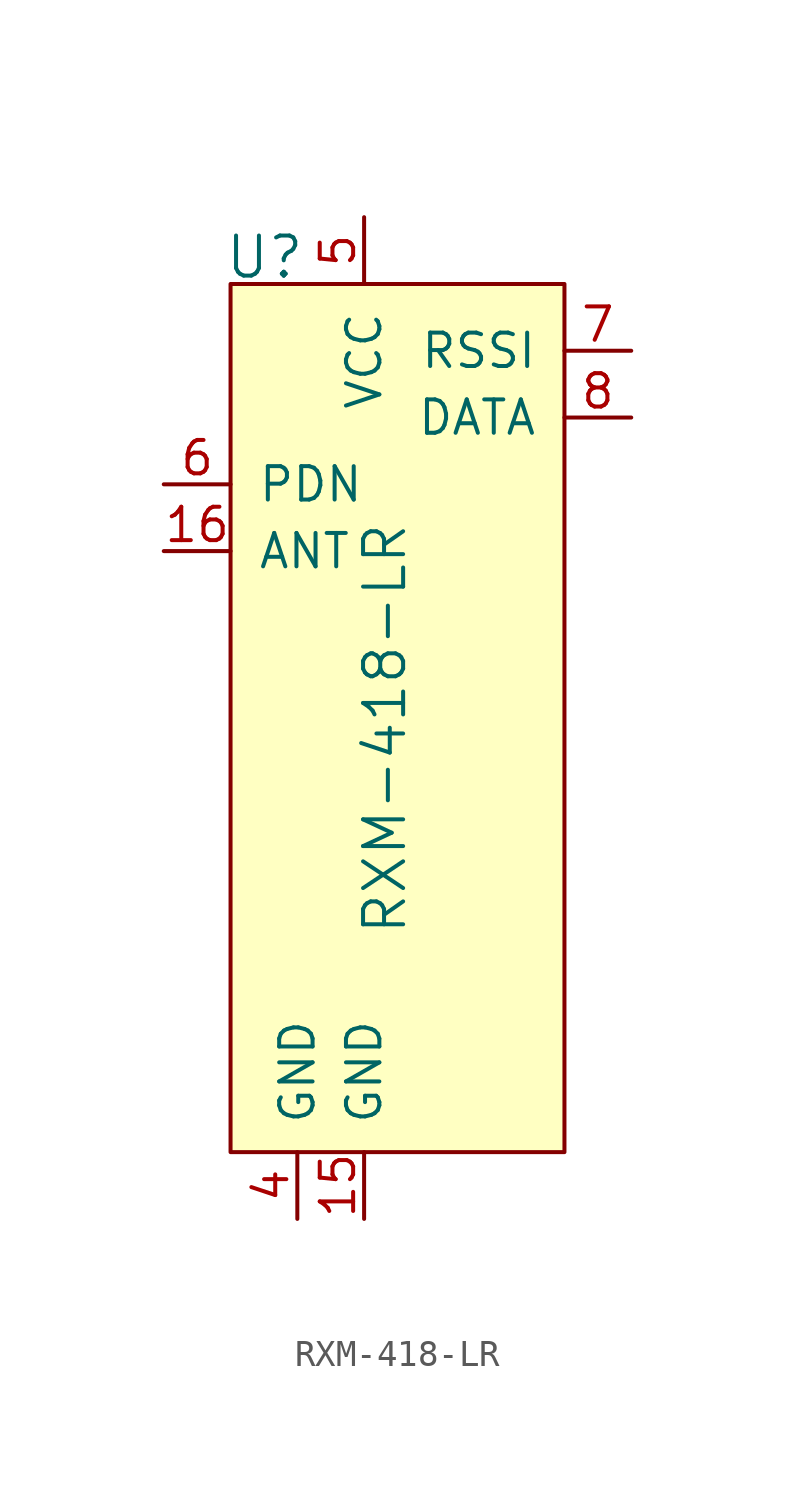
<source format=kicad_sym>
(kicad_symbol_lib
  (version 20201005)
  (generator kicad_symbol_editor)
  (symbol "RXM-418-LR"
    (pin_names
      (offset 1.016))
    (property "Reference" "U"
      (at -5.334 18.796 0)
      (effects (font (size 1.524 1.524)) (justify left)))
    (property "Value" "RXM-418-LR"
      (at 0.787 0.864 90)
      (effects (font (size 1.524 1.524))))
    (symbol "RXM-418-LR_1_1"
      (rectangle (start -5.08 17.78) (end 7.62 -15.24) (stroke (width 0)) (fill (type background)))
      (pin no_connect line (at 7.62 10.16 180) (length 2.54) hide (name "NC" (effects (font (size 1.27 1.27)))) (number "1" (effects (font (size 1.27 1.27)))))
      (pin no_connect line (at 7.62 7.62 180) (length 2.54) hide (name "NC" (effects (font (size 1.27 1.27)))) (number "2" (effects (font (size 1.27 1.27)))))
      (pin no_connect line (at 7.62 5.08 180) (length 2.54) hide (name "NC" (effects (font (size 1.27 1.27)))) (number "3" (effects (font (size 1.27 1.27)))))
      (pin power_in line (at -2.54 -17.78 90) (length 2.54) (name "GND" (effects (font (size 1.27 1.27)))) (number "4" (effects (font (size 1.27 1.27)))))
      (pin power_in line (at 0 20.32 270) (length 2.54) (name "VCC" (effects (font (size 1.27 1.27)))) (number "5" (effects (font (size 1.27 1.27)))))
      (pin input line (at -7.62 10.16 0) (length 2.54) (name "PDN" (effects (font (size 1.27 1.27)))) (number "6" (effects (font (size 1.27 1.27)))))
      (pin output line (at 10.16 15.24 180) (length 2.54) (name "RSSI" (effects (font (size 1.27 1.27)))) (number "7" (effects (font (size 1.27 1.27)))))
      (pin output line (at 10.16 12.7 180) (length 2.54) (name "DATA" (effects (font (size 1.27 1.27)))) (number "8" (effects (font (size 1.27 1.27)))))
      (pin no_connect line (at 7.62 2.54 180) (length 2.54) hide (name "NC" (effects (font (size 1.27 1.27)))) (number "9" (effects (font (size 1.27 1.27)))))
      (pin no_connect line (at 7.62 0 180) (length 2.54) hide (name "NC" (effects (font (size 1.27 1.27)))) (number "10" (effects (font (size 1.27 1.27)))))
      (pin no_connect line (at 7.62 -2.54 180) (length 2.54) hide (name "NC" (effects (font (size 1.27 1.27)))) (number "11" (effects (font (size 1.27 1.27)))))
      (pin no_connect line (at 7.62 -5.08 180) (length 2.54) hide (name "NC" (effects (font (size 1.27 1.27)))) (number "12" (effects (font (size 1.27 1.27)))))
      (pin no_connect line (at 7.62 -7.62 180) (length 2.54) hide (name "NC" (effects (font (size 1.27 1.27)))) (number "13" (effects (font (size 1.27 1.27)))))
      (pin no_connect line (at 7.62 -10.16 180) (length 2.54) hide (name "NC" (effects (font (size 1.27 1.27)))) (number "14" (effects (font (size 1.27 1.27)))))
      (pin power_in line (at 0 -17.78 90) (length 2.54) (name "GND" (effects (font (size 1.27 1.27)))) (number "15" (effects (font (size 1.27 1.27)))))
      (pin input line (at -7.62 7.62 0) (length 2.54) (name "ANT" (effects (font (size 1.27 1.27)))) (number "16" (effects (font (size 1.27 1.27))))))))
</source>
